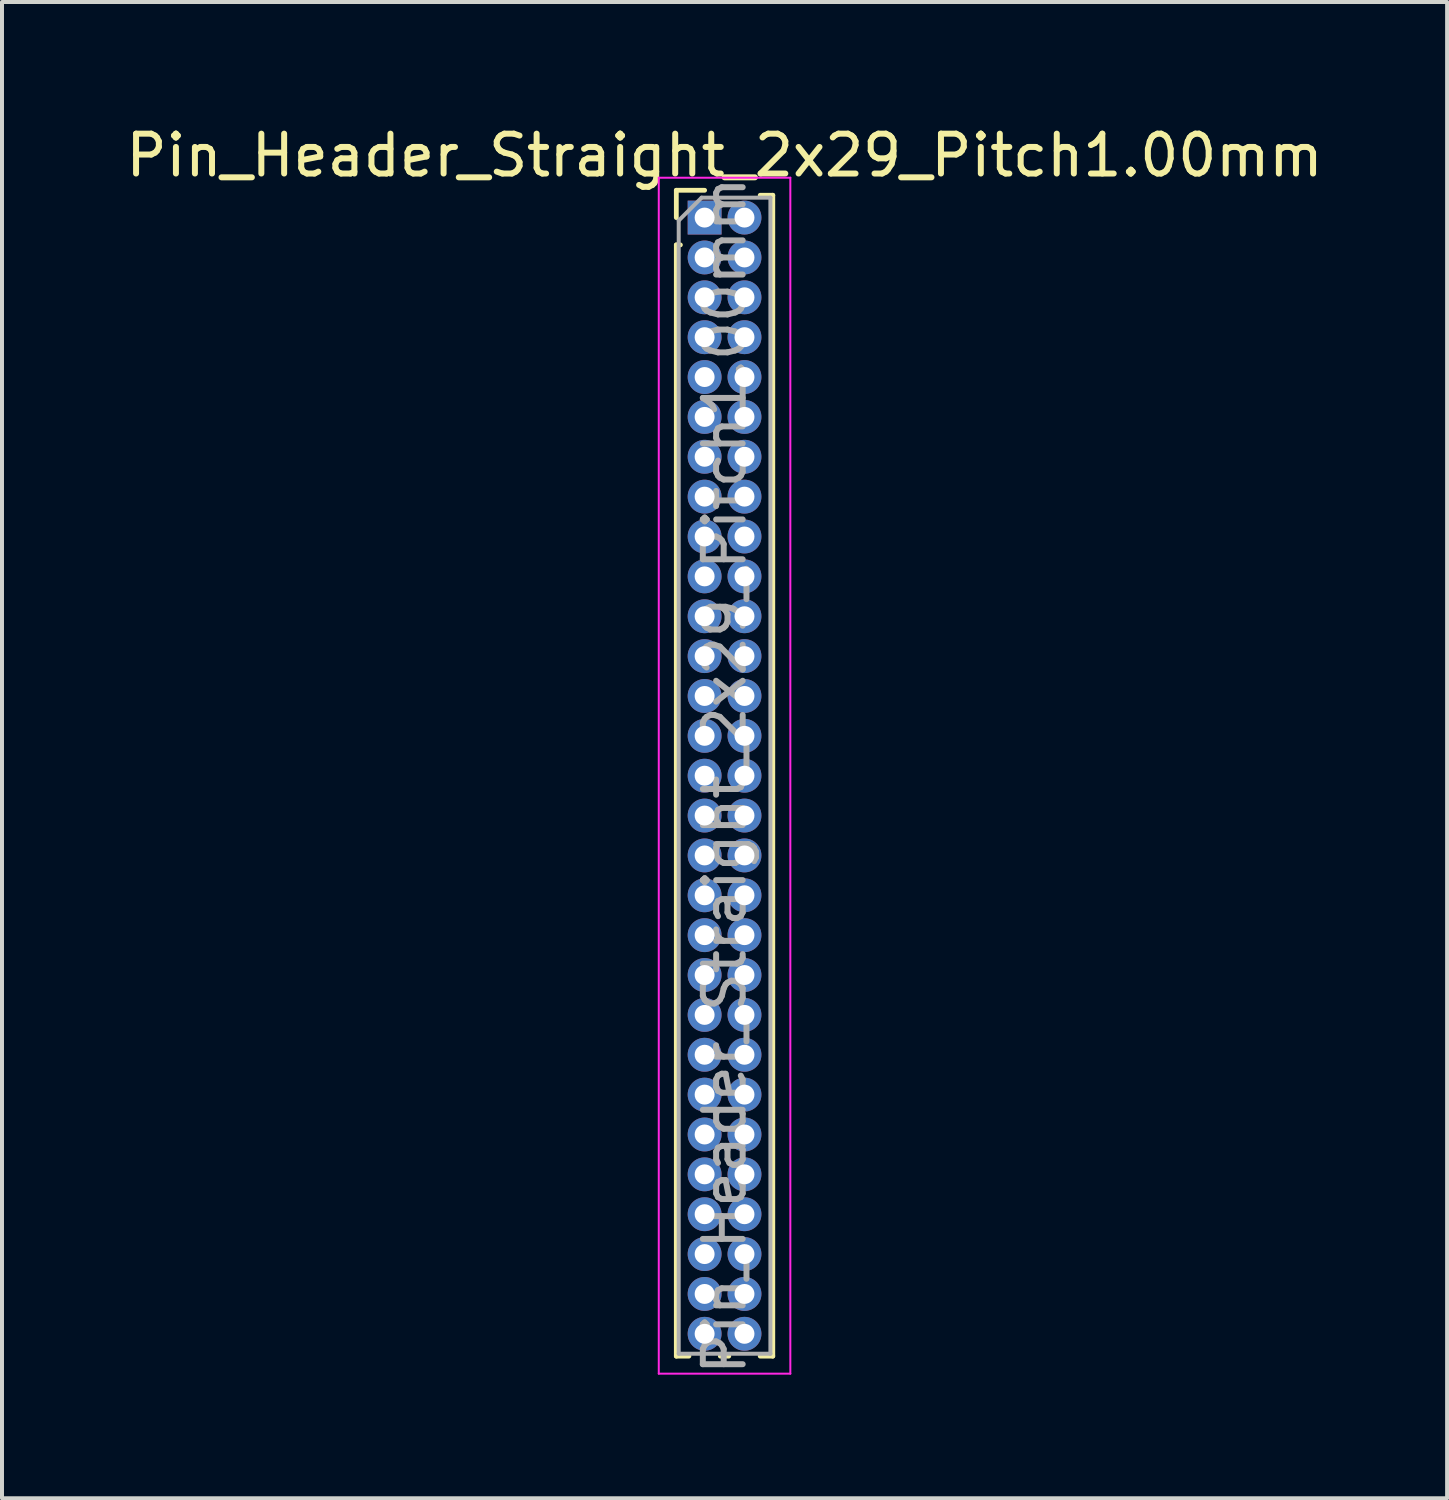
<source format=kicad_pcb>
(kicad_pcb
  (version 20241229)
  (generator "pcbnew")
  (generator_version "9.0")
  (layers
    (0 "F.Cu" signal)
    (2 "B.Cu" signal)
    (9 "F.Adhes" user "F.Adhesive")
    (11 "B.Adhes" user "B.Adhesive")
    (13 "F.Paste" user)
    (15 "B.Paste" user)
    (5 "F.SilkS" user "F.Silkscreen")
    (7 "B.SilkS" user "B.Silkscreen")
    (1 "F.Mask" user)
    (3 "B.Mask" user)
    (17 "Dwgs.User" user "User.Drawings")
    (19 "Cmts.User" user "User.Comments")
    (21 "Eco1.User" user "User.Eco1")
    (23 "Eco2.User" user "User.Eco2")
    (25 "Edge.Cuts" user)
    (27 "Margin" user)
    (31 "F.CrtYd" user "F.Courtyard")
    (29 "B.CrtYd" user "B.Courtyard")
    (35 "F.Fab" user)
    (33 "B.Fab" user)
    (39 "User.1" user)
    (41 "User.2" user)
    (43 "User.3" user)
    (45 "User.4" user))
  (footprint "Pin_Header_Straight_2x29_Pitch1.00mm"
    (layer "F.Cu")
    (at 14.625 2.408)
    (property "Reference" "Pin_Header_Straight_2x29_Pitch1.00mm" (at 0.5 -1.56 0) (layer "F.SilkS") (effects (font (size 1 1) (thickness 0.15))))
    (attr through_hole)
    (fp_line (start -0.71 -0.685) (end 0 -0.685) (stroke (width 0.12) (type solid)) (layer "F.SilkS"))
    (fp_line (start -0.71 0) (end -0.71 -0.685) (stroke (width 0.12) (type solid)) (layer "F.SilkS"))
    (fp_line (start -0.71 0.685) (end -0.71 28.56) (stroke (width 0.12) (type solid)) (layer "F.SilkS"))
    (fp_line (start -0.71 0.685) (end -0.608 0.685) (stroke (width 0.12) (type solid)) (layer "F.SilkS"))
    (fp_line (start -0.71 28.56) (end -0.394 28.56) (stroke (width 0.12) (type solid)) (layer "F.SilkS"))
    (fp_line (start 0.394 28.56) (end 0.606 28.56) (stroke (width 0.12) (type solid)) (layer "F.SilkS"))
    (fp_line (start 1.394 -0.56) (end 1.71 -0.56) (stroke (width 0.12) (type solid)) (layer "F.SilkS"))
    (fp_line (start 1.394 28.56) (end 1.71 28.56) (stroke (width 0.12) (type solid)) (layer "F.SilkS"))
    (fp_line (start 1.71 -0.56) (end 1.71 28.56) (stroke (width 0.12) (type solid)) (layer "F.SilkS"))
    (fp_line (start -1.15 -1) (end -1.15 29) (stroke (width 0.05) (type solid)) (layer "F.CrtYd"))
    (fp_line (start -1.15 29) (end 2.15 29) (stroke (width 0.05) (type solid)) (layer "F.CrtYd"))
    (fp_line (start 2.15 -1) (end -1.15 -1) (stroke (width 0.05) (type solid)) (layer "F.CrtYd"))
    (fp_line (start 2.15 29) (end 2.15 -1) (stroke (width 0.05) (type solid)) (layer "F.CrtYd"))
    (fp_line (start -0.65 0.075) (end -0.075 -0.5) (stroke (width 0.1) (type solid)) (layer "F.Fab"))
    (fp_line (start -0.65 28.5) (end -0.65 0.075) (stroke (width 0.1) (type solid)) (layer "F.Fab"))
    (fp_line (start -0.075 -0.5) (end 1.65 -0.5) (stroke (width 0.1) (type solid)) (layer "F.Fab"))
    (fp_line (start 1.65 -0.5) (end 1.65 28.5) (stroke (width 0.1) (type solid)) (layer "F.Fab"))
    (fp_line (start 1.65 28.5) (end -0.65 28.5) (stroke (width 0.1) (type solid)) (layer "F.Fab"))
    (fp_text user "${REFERENCE}" (at 0.5 14 90) (layer "F.Fab") (effects (font (size 1 1) (thickness 0.15))))
    (pad "1" thru_hole rect (at 0 0) (size 0.85 0.85) (drill 0.5) (layers "*.Cu" "*.Mask"))
    (pad "2" thru_hole oval (at 1 0) (size 0.85 0.85) (drill 0.5) (layers "*.Cu" "*.Mask"))
    (pad "3" thru_hole oval (at 0 1) (size 0.85 0.85) (drill 0.5) (layers "*.Cu" "*.Mask"))
    (pad "4" thru_hole oval (at 1 1) (size 0.85 0.85) (drill 0.5) (layers "*.Cu" "*.Mask"))
    (pad "5" thru_hole oval (at 0 2) (size 0.85 0.85) (drill 0.5) (layers "*.Cu" "*.Mask"))
    (pad "6" thru_hole oval (at 1 2) (size 0.85 0.85) (drill 0.5) (layers "*.Cu" "*.Mask"))
    (pad "7" thru_hole oval (at 0 3) (size 0.85 0.85) (drill 0.5) (layers "*.Cu" "*.Mask"))
    (pad "8" thru_hole oval (at 1 3) (size 0.85 0.85) (drill 0.5) (layers "*.Cu" "*.Mask"))
    (pad "9" thru_hole oval (at 0 4) (size 0.85 0.85) (drill 0.5) (layers "*.Cu" "*.Mask"))
    (pad "10" thru_hole oval (at 1 4) (size 0.85 0.85) (drill 0.5) (layers "*.Cu" "*.Mask"))
    (pad "11" thru_hole oval (at 0 5) (size 0.85 0.85) (drill 0.5) (layers "*.Cu" "*.Mask"))
    (pad "12" thru_hole oval (at 1 5) (size 0.85 0.85) (drill 0.5) (layers "*.Cu" "*.Mask"))
    (pad "13" thru_hole oval (at 0 6) (size 0.85 0.85) (drill 0.5) (layers "*.Cu" "*.Mask"))
    (pad "14" thru_hole oval (at 1 6) (size 0.85 0.85) (drill 0.5) (layers "*.Cu" "*.Mask"))
    (pad "15" thru_hole oval (at 0 7) (size 0.85 0.85) (drill 0.5) (layers "*.Cu" "*.Mask"))
    (pad "16" thru_hole oval (at 1 7) (size 0.85 0.85) (drill 0.5) (layers "*.Cu" "*.Mask"))
    (pad "17" thru_hole oval (at 0 8) (size 0.85 0.85) (drill 0.5) (layers "*.Cu" "*.Mask"))
    (pad "18" thru_hole oval (at 1 8) (size 0.85 0.85) (drill 0.5) (layers "*.Cu" "*.Mask"))
    (pad "19" thru_hole oval (at 0 9) (size 0.85 0.85) (drill 0.5) (layers "*.Cu" "*.Mask"))
    (pad "20" thru_hole oval (at 1 9) (size 0.85 0.85) (drill 0.5) (layers "*.Cu" "*.Mask"))
    (pad "21" thru_hole oval (at 0 10) (size 0.85 0.85) (drill 0.5) (layers "*.Cu" "*.Mask"))
    (pad "22" thru_hole oval (at 1 10) (size 0.85 0.85) (drill 0.5) (layers "*.Cu" "*.Mask"))
    (pad "23" thru_hole oval (at 0 11) (size 0.85 0.85) (drill 0.5) (layers "*.Cu" "*.Mask"))
    (pad "24" thru_hole oval (at 1 11) (size 0.85 0.85) (drill 0.5) (layers "*.Cu" "*.Mask"))
    (pad "25" thru_hole oval (at 0 12) (size 0.85 0.85) (drill 0.5) (layers "*.Cu" "*.Mask"))
    (pad "26" thru_hole oval (at 1 12) (size 0.85 0.85) (drill 0.5) (layers "*.Cu" "*.Mask"))
    (pad "27" thru_hole oval (at 0 13) (size 0.85 0.85) (drill 0.5) (layers "*.Cu" "*.Mask"))
    (pad "28" thru_hole oval (at 1 13) (size 0.85 0.85) (drill 0.5) (layers "*.Cu" "*.Mask"))
    (pad "29" thru_hole oval (at 0 14) (size 0.85 0.85) (drill 0.5) (layers "*.Cu" "*.Mask"))
    (pad "30" thru_hole oval (at 1 14) (size 0.85 0.85) (drill 0.5) (layers "*.Cu" "*.Mask"))
    (pad "31" thru_hole oval (at 0 15) (size 0.85 0.85) (drill 0.5) (layers "*.Cu" "*.Mask"))
    (pad "32" thru_hole oval (at 1 15) (size 0.85 0.85) (drill 0.5) (layers "*.Cu" "*.Mask"))
    (pad "33" thru_hole oval (at 0 16) (size 0.85 0.85) (drill 0.5) (layers "*.Cu" "*.Mask"))
    (pad "34" thru_hole oval (at 1 16) (size 0.85 0.85) (drill 0.5) (layers "*.Cu" "*.Mask"))
    (pad "35" thru_hole oval (at 0 17) (size 0.85 0.85) (drill 0.5) (layers "*.Cu" "*.Mask"))
    (pad "36" thru_hole oval (at 1 17) (size 0.85 0.85) (drill 0.5) (layers "*.Cu" "*.Mask"))
    (pad "37" thru_hole oval (at 0 18) (size 0.85 0.85) (drill 0.5) (layers "*.Cu" "*.Mask"))
    (pad "38" thru_hole oval (at 1 18) (size 0.85 0.85) (drill 0.5) (layers "*.Cu" "*.Mask"))
    (pad "39" thru_hole oval (at 0 19) (size 0.85 0.85) (drill 0.5) (layers "*.Cu" "*.Mask"))
    (pad "40" thru_hole oval (at 1 19) (size 0.85 0.85) (drill 0.5) (layers "*.Cu" "*.Mask"))
    (pad "41" thru_hole oval (at 0 20) (size 0.85 0.85) (drill 0.5) (layers "*.Cu" "*.Mask"))
    (pad "42" thru_hole oval (at 1 20) (size 0.85 0.85) (drill 0.5) (layers "*.Cu" "*.Mask"))
    (pad "43" thru_hole oval (at 0 21) (size 0.85 0.85) (drill 0.5) (layers "*.Cu" "*.Mask"))
    (pad "44" thru_hole oval (at 1 21) (size 0.85 0.85) (drill 0.5) (layers "*.Cu" "*.Mask"))
    (pad "45" thru_hole oval (at 0 22) (size 0.85 0.85) (drill 0.5) (layers "*.Cu" "*.Mask"))
    (pad "46" thru_hole oval (at 1 22) (size 0.85 0.85) (drill 0.5) (layers "*.Cu" "*.Mask"))
    (pad "47" thru_hole oval (at 0 23) (size 0.85 0.85) (drill 0.5) (layers "*.Cu" "*.Mask"))
    (pad "48" thru_hole oval (at 1 23) (size 0.85 0.85) (drill 0.5) (layers "*.Cu" "*.Mask"))
    (pad "49" thru_hole oval (at 0 24) (size 0.85 0.85) (drill 0.5) (layers "*.Cu" "*.Mask"))
    (pad "50" thru_hole oval (at 1 24) (size 0.85 0.85) (drill 0.5) (layers "*.Cu" "*.Mask"))
    (pad "51" thru_hole oval (at 0 25) (size 0.85 0.85) (drill 0.5) (layers "*.Cu" "*.Mask"))
    (pad "52" thru_hole oval (at 1 25) (size 0.85 0.85) (drill 0.5) (layers "*.Cu" "*.Mask"))
    (pad "53" thru_hole oval (at 0 26) (size 0.85 0.85) (drill 0.5) (layers "*.Cu" "*.Mask"))
    (pad "54" thru_hole oval (at 1 26) (size 0.85 0.85) (drill 0.5) (layers "*.Cu" "*.Mask"))
    (pad "55" thru_hole oval (at 0 27) (size 0.85 0.85) (drill 0.5) (layers "*.Cu" "*.Mask"))
    (pad "56" thru_hole oval (at 1 27) (size 0.85 0.85) (drill 0.5) (layers "*.Cu" "*.Mask"))
    (pad "57" thru_hole oval (at 0 28) (size 0.85 0.85) (drill 0.5) (layers "*.Cu" "*.Mask"))
    (pad "58" thru_hole oval (at 1 28) (size 0.85 0.85) (drill 0.5) (layers "*.Cu" "*.Mask")))
  (gr_rect
    (start -3 -3)
    (end 33.25 34.533)
    (stroke (width 0.1) (type default))
    (fill no)
    (layer "Edge.Cuts")))
</source>
